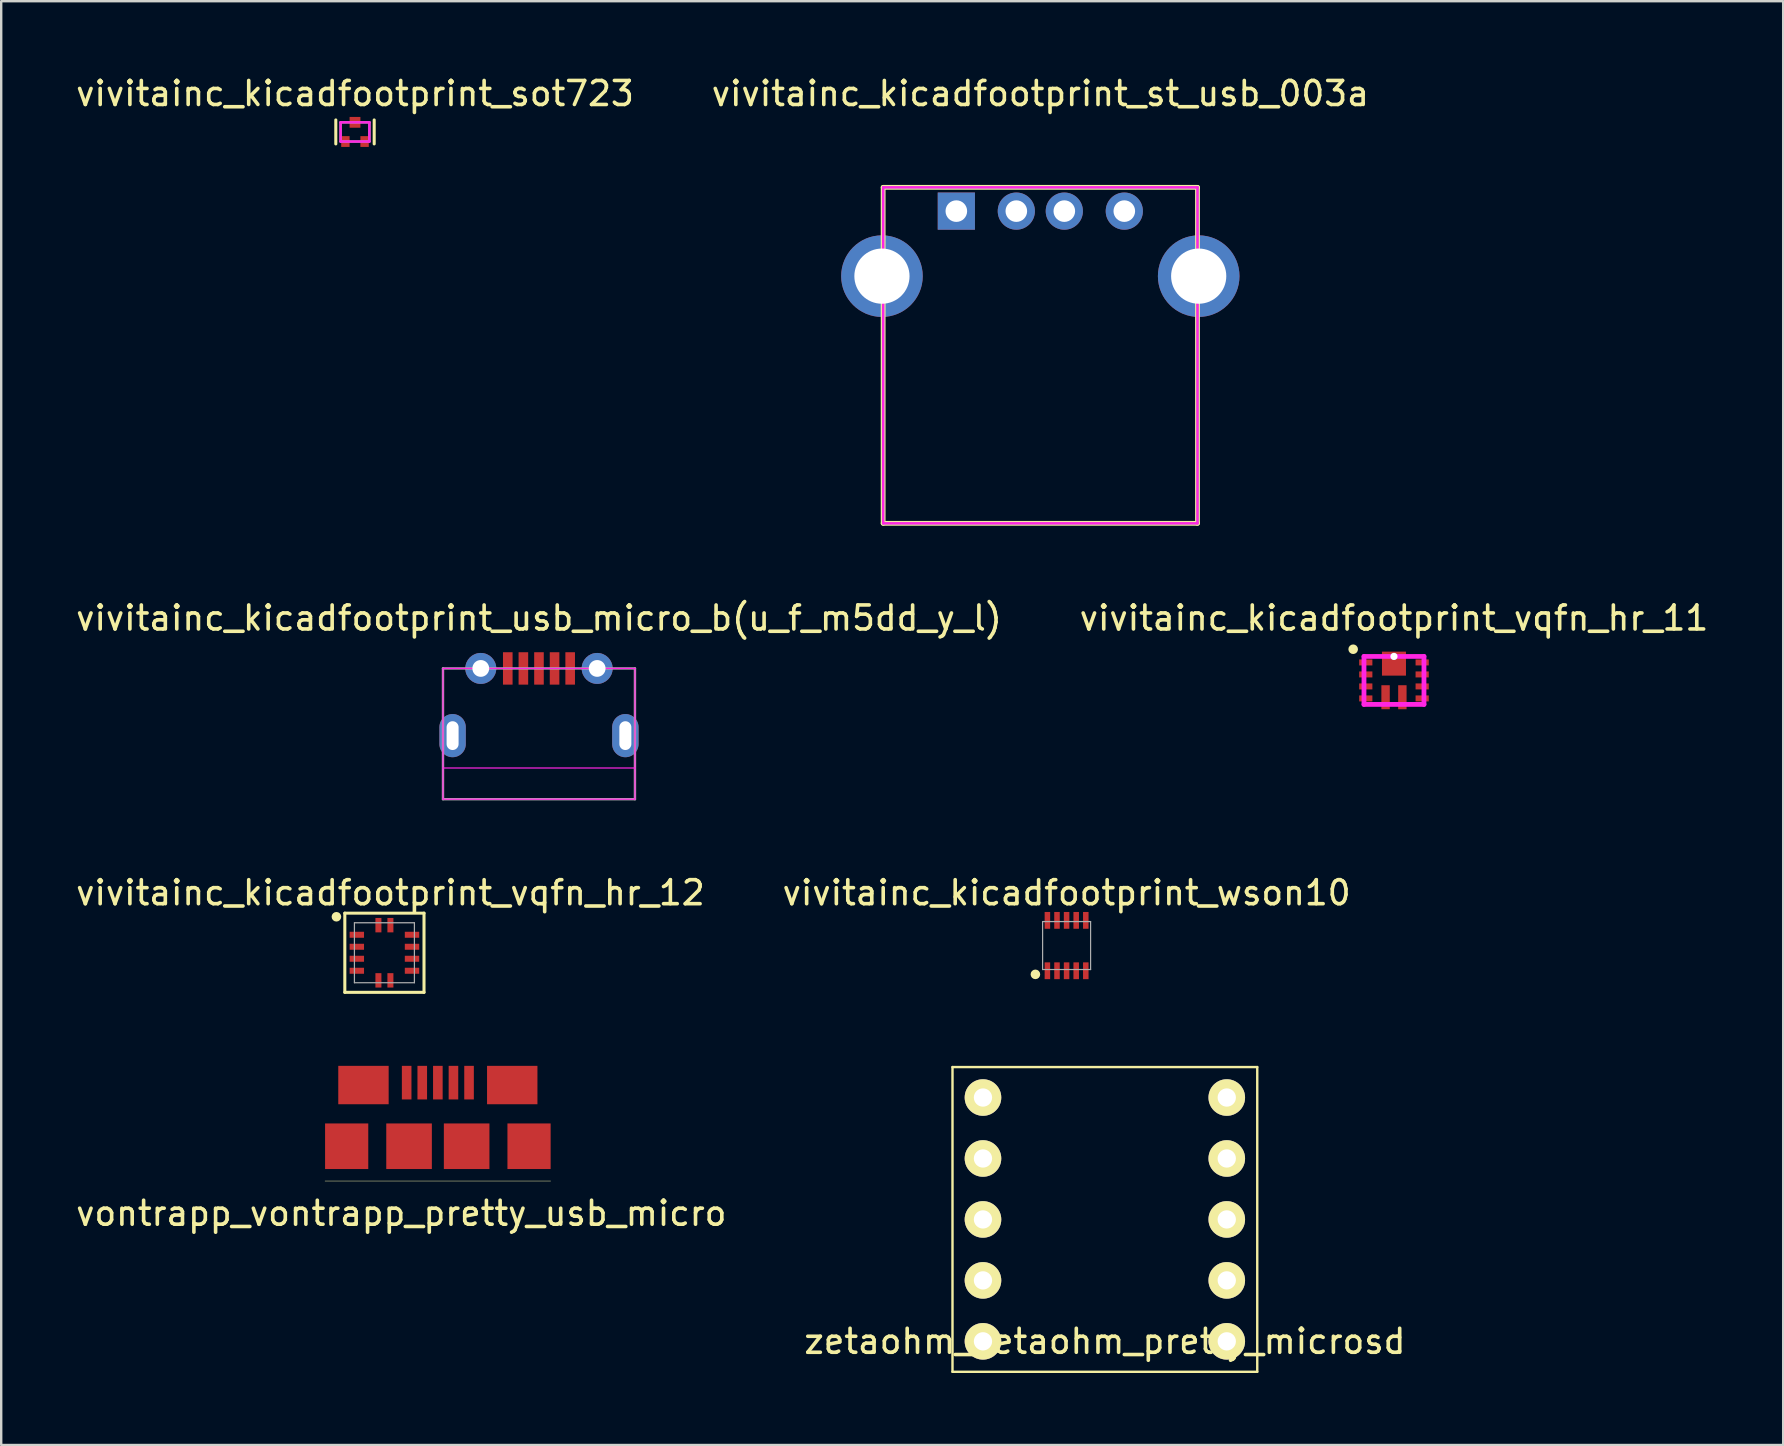
<source format=kicad_pcb>
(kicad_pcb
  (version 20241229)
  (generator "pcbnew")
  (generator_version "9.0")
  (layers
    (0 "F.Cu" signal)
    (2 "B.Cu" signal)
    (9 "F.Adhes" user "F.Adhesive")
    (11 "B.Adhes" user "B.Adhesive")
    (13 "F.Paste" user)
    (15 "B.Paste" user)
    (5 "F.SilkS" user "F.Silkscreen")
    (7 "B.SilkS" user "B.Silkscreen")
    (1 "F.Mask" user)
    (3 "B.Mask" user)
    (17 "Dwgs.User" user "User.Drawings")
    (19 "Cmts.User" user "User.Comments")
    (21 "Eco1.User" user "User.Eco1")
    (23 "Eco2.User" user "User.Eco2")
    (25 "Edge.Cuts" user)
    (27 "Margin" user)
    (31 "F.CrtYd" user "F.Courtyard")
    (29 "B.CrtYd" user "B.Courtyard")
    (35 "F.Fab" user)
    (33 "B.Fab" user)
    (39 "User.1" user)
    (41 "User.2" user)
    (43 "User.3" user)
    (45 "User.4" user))
  (footprint "vivitainc_kicadfootprint_st_usb_003a"
    (layer "F.Cu")
    (at 40.304 8.458)
    (property "Reference" "vivitainc_kicadfootprint_st_usb_003a" (at 0 -7.61 0) (layer "F.SilkS") (effects (font (size 1 1) (thickness 0.15))))
    (attr through_hole)
    (fp_line (start -6.55 -3.7) (end 6.55 -3.7) (stroke (width 0.2) (type solid)) (layer "F.SilkS"))
    (fp_line (start -6.55 10.3) (end -6.55 -3.7) (stroke (width 0.2) (type solid)) (layer "F.SilkS"))
    (fp_line (start 6.55 -3.7) (end 6.55 10.3) (stroke (width 0.2) (type solid)) (layer "F.SilkS"))
    (fp_line (start 6.55 10.3) (end -6.55 10.3) (stroke (width 0.2) (type solid)) (layer "F.SilkS"))
    (fp_line (start -6.55 -3.7) (end 6.55 -3.7) (stroke (width 0.1) (type solid)) (layer "F.CrtYd"))
    (fp_line (start -6.55 10.3) (end -6.55 -3.7) (stroke (width 0.1) (type solid)) (layer "F.CrtYd"))
    (fp_line (start 6.55 -3.7) (end 6.55 10.3) (stroke (width 0.1) (type solid)) (layer "F.CrtYd"))
    (fp_line (start 6.55 10.3) (end -6.55 10.3) (stroke (width 0.1) (type solid)) (layer "F.CrtYd"))
    (fp_line (start -6.55 -3.7) (end 6.55 -3.7) (stroke (width 0.1) (type solid)) (layer "F.Fab"))
    (fp_line (start -6.55 10.3) (end -6.55 -3.7) (stroke (width 0.1) (type solid)) (layer "F.Fab"))
    (fp_line (start 6.55 -3.7) (end 6.55 10.3) (stroke (width 0.1) (type solid)) (layer "F.Fab"))
    (fp_line (start 6.55 10.3) (end -6.55 10.3) (stroke (width 0.1) (type solid)) (layer "F.Fab"))
    (pad "1" thru_hole rect (at -3.5 -2.71) (size 1.55 1.55) (drill 0.9) (layers "*.Cu" "*.Mask"))
    (pad "2" thru_hole circle (at -1 -2.71) (size 1.55 1.55) (drill 0.9) (layers "*.Cu" "*.Mask"))
    (pad "3" thru_hole circle (at 1 -2.71) (size 1.55 1.55) (drill 0.9) (layers "*.Cu" "*.Mask"))
    (pad "4" thru_hole circle (at 3.5 -2.71) (size 1.55 1.55) (drill 0.9) (layers "*.Cu" "*.Mask"))
    (pad "5" thru_hole circle (at -6.6 0) (size 3.4 3.4) (drill 2.3) (layers "*.Cu" "*.Mask"))
    (pad "6" thru_hole circle (at 6.6 0) (size 3.4 3.4) (drill 2.3) (layers "*.Cu" "*.Mask")))
  (footprint "vivitainc_kicadfootprint_sot723"
    (layer "F.Cu")
    (at 11.744 2.448)
    (property "Reference" "vivitainc_kicadfootprint_sot723" (at 0 -1.6 0) (layer "F.SilkS") (effects (font (size 1 1) (thickness 0.15))))
    (attr smd)
    (fp_line (start -0.8 -0.5) (end -0.8 0.5) (stroke (width 0.127) (type solid)) (layer "F.SilkS"))
    (fp_line (start 0.8 0.5) (end 0.8 -0.5) (stroke (width 0.127) (type solid)) (layer "F.SilkS"))
    (fp_line (start -0.6 -0.4) (end -0.6 0.4) (stroke (width 0.1) (type solid)) (layer "F.CrtYd"))
    (fp_line (start -0.6 0.4) (end 0.6 0.4) (stroke (width 0.1) (type solid)) (layer "F.CrtYd"))
    (fp_line (start 0.6 -0.4) (end -0.6 -0.4) (stroke (width 0.1) (type solid)) (layer "F.CrtYd"))
    (fp_line (start 0.6 -0.4) (end 0.6 0.4) (stroke (width 0.1) (type solid)) (layer "F.CrtYd"))
    (fp_line (start -0.6 -0.4) (end -0.6 0.4) (stroke (width 0.1) (type solid)) (layer "F.Fab"))
    (fp_line (start -0.6 0.4) (end 0.6 0.4) (stroke (width 0.1) (type solid)) (layer "F.Fab"))
    (fp_line (start 0.6 -0.4) (end -0.6 -0.4) (stroke (width 0.1) (type solid)) (layer "F.Fab"))
    (fp_line (start 0.6 -0.4) (end 0.6 0.4) (stroke (width 0.1) (type solid)) (layer "F.Fab"))
    (pad "1" smd rect (at -0.4 0.4) (size 0.35 0.45) (layers "F.Cu" "F.Mask" "F.Paste"))
    (pad "3" smd rect (at 0 -0.4) (size 0.45 0.45) (layers "F.Cu" "F.Mask" "F.Paste"))
    (pad "e2" smd rect (at 0.4 0.4) (size 0.35 0.45) (layers "F.Cu" "F.Mask" "F.Paste")))
  (footprint "vivitainc_kicadfootprint_vqfn_hr_12"
    (layer "F.Cu")
    (at 12.97 36.655)
    (property "Reference" "vivitainc_kicadfootprint_vqfn_hr_12" (at 0.25 -2.5 0) (layer "F.SilkS") (effects (font (size 1 1) (thickness 0.15))))
    (attr smd)
    (fp_line (start -1.65 -1.65) (end -1.65 1.65) (stroke (width 0.127) (type solid)) (layer "F.SilkS"))
    (fp_line (start -1.65 -1.65) (end 1.65 -1.65) (stroke (width 0.127) (type solid)) (layer "F.SilkS"))
    (fp_line (start -1.65 1.65) (end 1.65 1.65) (stroke (width 0.127) (type solid)) (layer "F.SilkS"))
    (fp_line (start 1.65 1.65) (end 1.65 -1.65) (stroke (width 0.127) (type solid)) (layer "F.SilkS"))
    (fp_circle (center -2 -1.5) (end -1.9 -1.5) (stroke (width 0.2) (type solid)) (fill no) (layer "F.SilkS"))
    (fp_line (start -1.25 -1.25) (end 1.25 -1.25) (stroke (width 0.05) (type solid)) (layer "F.Fab"))
    (fp_line (start -1.25 1.25) (end -1.25 -1.25) (stroke (width 0.05) (type solid)) (layer "F.Fab"))
    (fp_line (start 1.25 -1.25) (end 1.25 1.25) (stroke (width 0.05) (type solid)) (layer "F.Fab"))
    (fp_line (start 1.25 1.25) (end -1.25 1.25) (stroke (width 0.05) (type solid)) (layer "F.Fab"))
    (pad "1" smd rect (at -1.15 -0.75) (size 0.6 0.25) (layers "F.Cu" "F.Mask" "F.Paste"))
    (pad "2" smd rect (at -1.15 -0.25) (size 0.6 0.25) (layers "F.Cu" "F.Mask" "F.Paste"))
    (pad "3" smd rect (at -1.15 0.25) (size 0.6 0.25) (layers "F.Cu" "F.Mask" "F.Paste"))
    (pad "4" smd rect (at -1.15 0.75) (size 0.6 0.25) (layers "F.Cu" "F.Mask" "F.Paste"))
    (pad "5" smd rect (at -0.25 1.15 90) (size 0.6 0.25) (layers "F.Cu" "F.Mask" "F.Paste"))
    (pad "6" smd rect (at 0.25 1.15 90) (size 0.6 0.25) (layers "F.Cu" "F.Mask" "F.Paste"))
    (pad "7" smd rect (at 1.15 0.75) (size 0.6 0.25) (layers "F.Cu" "F.Mask" "F.Paste"))
    (pad "8" smd rect (at 1.15 0.25) (size 0.6 0.25) (layers "F.Cu" "F.Mask" "F.Paste"))
    (pad "9" smd rect (at 1.15 -0.25) (size 0.6 0.25) (layers "F.Cu" "F.Mask" "F.Paste"))
    (pad "10" smd rect (at 1.15 -0.75) (size 0.6 0.25) (layers "F.Cu" "F.Mask" "F.Paste"))
    (pad "11" smd rect (at 0.25 -1.15 90) (size 0.6 0.25) (layers "F.Cu" "F.Mask" "F.Paste"))
    (pad "12" smd rect (at -0.25 -1.15 90) (size 0.6 0.25) (layers "F.Cu" "F.Mask" "F.Paste")))
  (footprint "vontrapp_vontrapp_pretty_usb_micro"
    (layer "F.Cu")
    (at 15.197 44.718)
    (property "Reference" "vontrapp_vontrapp_pretty_usb_micro" (at -1.524 2.794 0) (layer "F.SilkS") (effects (font (size 1 1) (thickness 0.15))))
    (attr through_hole)
    (fp_line (start 4.7 1.45) (end -4.7 1.45) (stroke (width 0.02) (type solid)) (layer "F.SilkS"))
    (pad "" smd rect (at -3.8 0) (size 1.8 1.9) (layers "F.Cu" "F.Mask" "F.Paste"))
    (pad "" smd rect (at -3.1 -2.55) (size 2.1 1.6) (layers "F.Cu" "F.Mask" "F.Paste"))
    (pad "" smd rect (at -1.2 0) (size 1.9 1.9) (layers "F.Cu" "F.Mask" "F.Paste"))
    (pad "" smd rect (at 1.2 0) (size 1.9 1.9) (layers "F.Cu" "F.Mask" "F.Paste"))
    (pad "" smd rect (at 3.1 -2.55) (size 2.1 1.6) (layers "F.Cu" "F.Mask" "F.Paste"))
    (pad "" smd rect (at 3.8 0) (size 1.8 1.9) (layers "F.Cu" "F.Mask" "F.Paste"))
    (pad "1" smd rect (at -1.3 -2.65) (size 0.4 1.4) (layers "F.Cu" "F.Mask" "F.Paste"))
    (pad "2" smd rect (at -0.65 -2.65) (size 0.4 1.4) (layers "F.Cu" "F.Mask" "F.Paste"))
    (pad "3" smd rect (at 0 -2.65) (size 0.4 1.4) (layers "F.Cu" "F.Mask" "F.Paste"))
    (pad "4" smd rect (at 0.65 -2.65) (size 0.4 1.4) (layers "F.Cu" "F.Mask" "F.Paste"))
    (pad "5" smd rect (at 1.3 -2.65) (size 0.4 1.4) (layers "F.Cu" "F.Mask" "F.Paste")))
  (footprint "vivitainc_kicadfootprint_wson10"
    (layer "F.Cu")
    (at 41.399 36.355)
    (property "Reference" "vivitainc_kicadfootprint_wson10" (at 0 -2.2 0) (layer "F.SilkS") (effects (font (size 1 1) (thickness 0.15))))
    (attr smd)
    (fp_circle (center -1.3 1.2) (end -1.3 1.1) (stroke (width 0.2) (type solid)) (fill no) (layer "F.SilkS"))
    (fp_line (start -1 -1) (end 1 -1) (stroke (width 0.05) (type solid)) (layer "F.Fab"))
    (fp_line (start -1 1) (end -1 -1) (stroke (width 0.05) (type solid)) (layer "F.Fab"))
    (fp_line (start 1 -1) (end 1 1) (stroke (width 0.05) (type solid)) (layer "F.Fab"))
    (fp_line (start 1 1) (end -1 1) (stroke (width 0.05) (type solid)) (layer "F.Fab"))
    (pad "1" smd rect (at -0.8 1.05) (size 0.23 0.7) (layers "F.Cu" "F.Mask" "F.Paste"))
    (pad "2" smd rect (at -0.4 1.05) (size 0.23 0.7) (layers "F.Cu" "F.Mask" "F.Paste"))
    (pad "3" smd rect (at 0 1.05) (size 0.23 0.7) (layers "F.Cu" "F.Mask" "F.Paste"))
    (pad "4" smd rect (at 0.4 1.05) (size 0.23 0.7) (layers "F.Cu" "F.Mask" "F.Paste"))
    (pad "5" smd rect (at 0.8 1.05) (size 0.23 0.7) (layers "F.Cu" "F.Mask" "F.Paste"))
    (pad "6" smd rect (at 0.8 -1.05) (size 0.23 0.7) (layers "F.Cu" "F.Mask" "F.Paste"))
    (pad "7" smd rect (at 0.4 -1.05) (size 0.23 0.7) (layers "F.Cu" "F.Mask" "F.Paste"))
    (pad "8" smd rect (at 0 -1.05) (size 0.23 0.7) (layers "F.Cu" "F.Mask" "F.Paste"))
    (pad "9" smd rect (at -0.4 -1.05) (size 0.23 0.7) (layers "F.Cu" "F.Mask" "F.Paste"))
    (pad "10" smd rect (at -0.8 -1.05) (size 0.23 0.7) (layers "F.Cu" "F.Mask" "F.Paste")))
  (footprint "vivitainc_kicadfootprint_vqfn_hr_11"
    (layer "F.Cu")
    (at 55.042 25.306)
    (property "Reference" "vivitainc_kicadfootprint_vqfn_hr_11" (at 0 -2.6 0) (layer "F.SilkS") (effects (font (size 1 1) (thickness 0.15))))
    (attr smd)
    (fp_circle (center -1.7 -1.3) (end -1.8 -1.3) (stroke (width 0.2) (type solid)) (fill no) (layer "F.SilkS"))
    (fp_line (start -1.25 -1) (end 1.25 -1) (stroke (width 0.2) (type solid)) (layer "F.CrtYd"))
    (fp_line (start -1.25 1) (end -1.25 -1) (stroke (width 0.2) (type solid)) (layer "F.CrtYd"))
    (fp_line (start 1.25 -1) (end 1.25 1) (stroke (width 0.2) (type solid)) (layer "F.CrtYd"))
    (fp_line (start 1.25 1) (end -1.25 1) (stroke (width 0.2) (type solid)) (layer "F.CrtYd"))
    (pad "1" smd rect (at -1.175 -0.75) (size 0.55 0.25) (layers "F.Cu" "F.Mask" "F.Paste"))
    (pad "2" smd rect (at -1.175 -0.25) (size 0.55 0.25) (layers "F.Cu" "F.Mask" "F.Paste"))
    (pad "3" smd rect (at -1.175 0.25) (size 0.55 0.25) (layers "F.Cu" "F.Mask" "F.Paste"))
    (pad "4" smd rect (at -1.175 0.75) (size 0.55 0.25) (layers "F.Cu" "F.Mask" "F.Paste"))
    (pad "5" smd rect (at -0.35 0.7) (size 0.35 1) (layers "F.Cu" "F.Mask" "F.Paste"))
    (pad "6" smd rect (at 0.35 0.7) (size 0.35 1) (layers "F.Cu" "F.Mask" "F.Paste"))
    (pad "7" smd rect (at 1.175 0.75) (size 0.55 0.25) (layers "F.Cu" "F.Mask" "F.Paste"))
    (pad "8" smd rect (at 1.175 0.25) (size 0.55 0.25) (layers "F.Cu" "F.Mask" "F.Paste"))
    (pad "9" smd rect (at 1.175 -0.25) (size 0.55 0.25) (layers "F.Cu" "F.Mask" "F.Paste"))
    (pad "10" smd rect (at 1.175 -0.75) (size 0.55 0.25) (layers "F.Cu" "F.Mask" "F.Paste"))
    (pad "11" thru_hole circle (at 0 -1) (size 0.3 0.3) (drill 0.3) (layers "*.Cu" "*.Mask"))
    (pad "11" smd rect (at 0 -0.7) (size 1 1) (layers "F.Cu" "F.Mask" "F.Paste")))
  (footprint "zetaohm_zetaohm_pretty_microsd"
    (layer "F.Cu")
    (at 42.994 47.768)
    (property "Reference" "zetaohm_zetaohm_pretty_microsd" (at 0 5.08 0) (layer "F.SilkS") (effects (font (size 1 1) (thickness 0.15))))
    (attr through_hole)
    (fp_line (start -6.35 -6.35) (end 6.35 -6.35) (stroke (width 0.1) (type solid)) (layer "F.SilkS"))
    (fp_line (start -6.35 6.35) (end -6.35 -6.35) (stroke (width 0.1) (type solid)) (layer "F.SilkS"))
    (fp_line (start 6.35 -6.35) (end 6.35 6.35) (stroke (width 0.1) (type solid)) (layer "F.SilkS"))
    (fp_line (start 6.35 6.35) (end -6.35 6.35) (stroke (width 0.1) (type solid)) (layer "F.SilkS"))
    (pad "" thru_hole circle (at 5.08 -2.54) (size 1.524 1.524) (drill 0.762) (layers "*.Cu" "*.Mask" "F.SilkS"))
    (pad "" thru_hole circle (at 5.08 0) (size 1.524 1.524) (drill 0.762) (layers "*.Cu" "*.Mask" "F.SilkS"))
    (pad "" thru_hole circle (at 5.08 2.54) (size 1.524 1.524) (drill 0.762) (layers "*.Cu" "*.Mask" "F.SilkS"))
    (pad "1" thru_hole circle (at -5.08 -5.08) (size 1.524 1.524) (drill 0.762) (layers "*.Cu" "*.Mask" "F.SilkS"))
    (pad "2" thru_hole circle (at -5.08 -2.54) (size 1.524 1.524) (drill 0.762) (layers "*.Cu" "*.Mask" "F.SilkS"))
    (pad "3" thru_hole circle (at -5.08 0) (size 1.524 1.524) (drill 0.762) (layers "*.Cu" "*.Mask" "F.SilkS"))
    (pad "4" thru_hole circle (at -5.08 2.54) (size 1.524 1.524) (drill 0.762) (layers "*.Cu" "*.Mask" "F.SilkS"))
    (pad "5" thru_hole circle (at -5.08 5.08) (size 1.524 1.524) (drill 0.762) (layers "*.Cu" "*.Mask" "F.SilkS"))
    (pad "6" thru_hole circle (at 5.08 5.08) (size 1.524 1.524) (drill 0.762) (layers "*.Cu" "*.Mask" "F.SilkS"))
    (pad "7" thru_hole circle (at 5.08 -5.08) (size 1.524 1.524) (drill 0.762) (layers "*.Cu" "*.Mask" "F.SilkS")))
  (footprint "vivitainc_kicadfootprint_usb_micro_b(u_f_m5dd_y_l)"
    (layer "F.Cu")
    (at 19.411 24.806)
    (property "Reference" "vivitainc_kicadfootprint_usb_micro_b(u_f_m5dd_y_l)" (at 0 -2.1 0) (layer "F.SilkS") (effects (font (size 1 1) (thickness 0.15))))
    (attr smd)
    (fp_line (start -4 0) (end -4 5.45) (stroke (width 0.05) (type solid)) (layer "F.CrtYd"))
    (fp_line (start -4 0) (end 4 0) (stroke (width 0.05) (type solid)) (layer "F.CrtYd"))
    (fp_line (start -4 4.15) (end 4 4.15) (stroke (width 0.05) (type solid)) (layer "F.CrtYd"))
    (fp_line (start -4 5.45) (end 4 5.45) (stroke (width 0.05) (type solid)) (layer "F.CrtYd"))
    (fp_line (start 4 0) (end 4 5.45) (stroke (width 0.05) (type solid)) (layer "F.CrtYd"))
    (fp_line (start -4 0) (end -4 5.45) (stroke (width 0.1) (type solid)) (layer "F.Fab"))
    (fp_line (start -4 0) (end 4 0) (stroke (width 0.1) (type solid)) (layer "F.Fab"))
    (fp_line (start -4 5.45) (end 4 5.45) (stroke (width 0.1) (type solid)) (layer "F.Fab"))
    (fp_line (start 4 0) (end 4 5.45) (stroke (width 0.1) (type solid)) (layer "F.Fab"))
    (pad "1" smd rect (at -1.3 0) (size 0.4 1.35) (layers "F.Cu" "F.Mask" "F.Paste"))
    (pad "2" smd rect (at -0.65 0) (size 0.4 1.35) (layers "F.Cu" "F.Mask" "F.Paste"))
    (pad "3" smd rect (at 0 0) (size 0.4 1.35) (layers "F.Cu" "F.Mask" "F.Paste"))
    (pad "4" smd rect (at 0.65 0) (size 0.4 1.35) (layers "F.Cu" "F.Mask" "F.Paste"))
    (pad "5" smd rect (at 1.3 0) (size 0.4 1.35) (layers "F.Cu" "F.Mask" "F.Paste"))
    (pad "6" thru_hole circle (at -2.425 0) (size 1.29 1.29) (drill 0.7) (layers "*.Cu" "*.Mask"))
    (pad "7" thru_hole circle (at 2.425 0) (size 1.29 1.29) (drill 0.7) (layers "*.Cu" "*.Mask"))
    (pad "8" thru_hole oval (at -3.6 2.8) (size 1.1 1.8) (drill oval 0.5 1.2) (layers "*.Cu" "*.Mask"))
    (pad "9" thru_hole oval (at 3.6 2.8) (size 1.1 1.8) (drill oval 0.5 1.2) (layers "*.Cu" "*.Mask")))
  (gr_rect
    (start -3 -3)
    (end 71.262 57.168)
    (stroke (width 0.1) (type default))
    (fill no)
    (layer "Edge.Cuts")))
</source>
